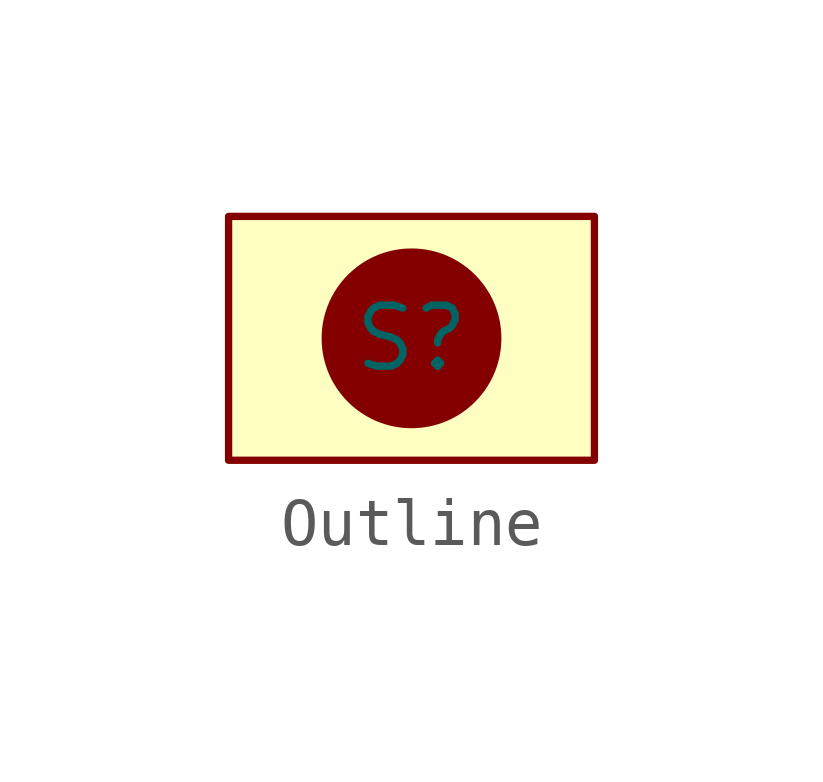
<source format=kicad_sym>
(kicad_symbol_lib
  (version 20231120)
  (generator "kicad_symbol_editor")
  (generator_version "8.0")
  (symbol "Outline"
    (property "Reference" "S"
      (at 0 0 0)
      (effects (font (size 1.27 1.27))))
    (property "Value" ""
      (at 0 0 0)
      (effects (font (size 1.27 1.27))))
    (symbol "Outline_1_1"
      (rectangle (start -3.81 2.54) (end 3.81 -2.54) (stroke (width 0) (type default)) (fill (type background)))
      (circle (center 0 0) (radius 1.796) (stroke (width 0) (type default)) (fill (type outline))))))
</source>
